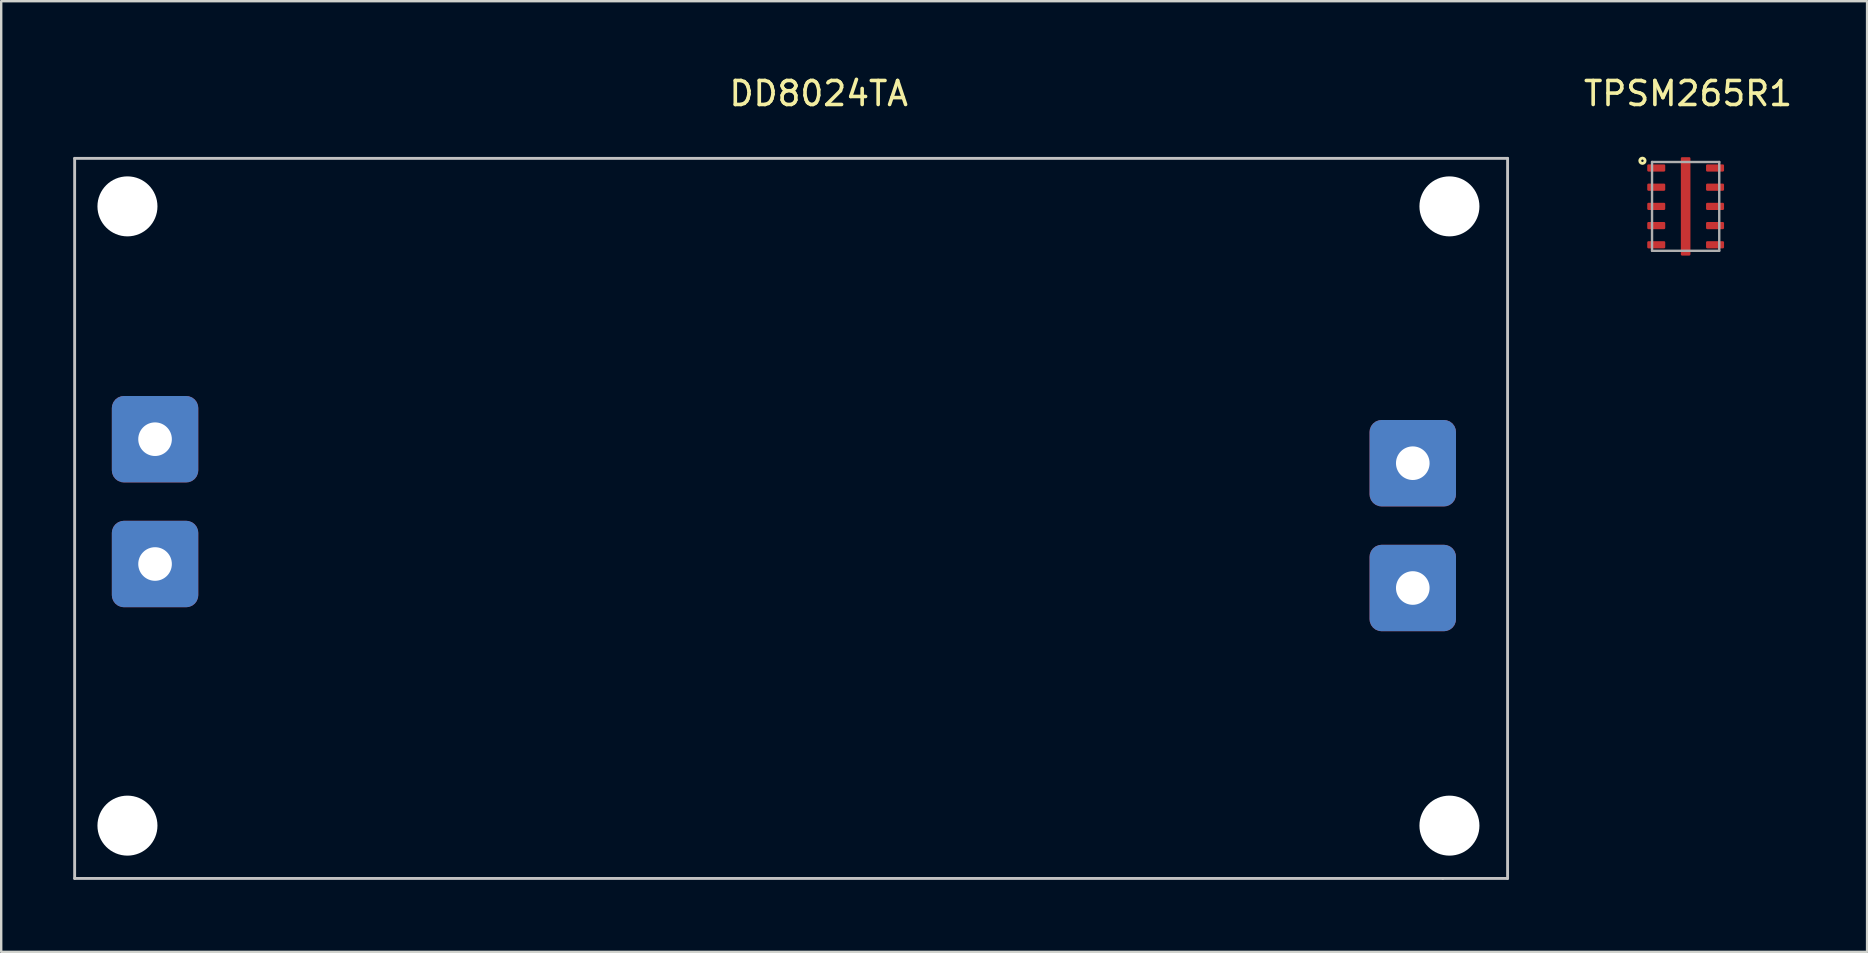
<source format=kicad_pcb>
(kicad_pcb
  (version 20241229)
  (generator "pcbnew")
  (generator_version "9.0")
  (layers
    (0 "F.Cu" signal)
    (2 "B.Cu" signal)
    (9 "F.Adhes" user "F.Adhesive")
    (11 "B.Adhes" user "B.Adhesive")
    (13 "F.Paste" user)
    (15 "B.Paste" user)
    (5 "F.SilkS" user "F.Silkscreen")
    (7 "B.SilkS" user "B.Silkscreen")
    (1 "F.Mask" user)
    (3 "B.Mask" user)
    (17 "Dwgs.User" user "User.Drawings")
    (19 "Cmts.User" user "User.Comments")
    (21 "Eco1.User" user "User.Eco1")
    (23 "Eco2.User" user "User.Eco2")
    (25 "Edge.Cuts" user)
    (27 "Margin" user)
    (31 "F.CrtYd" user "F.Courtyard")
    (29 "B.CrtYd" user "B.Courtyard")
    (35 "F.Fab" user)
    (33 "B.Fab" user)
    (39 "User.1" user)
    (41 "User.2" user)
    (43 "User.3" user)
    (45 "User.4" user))
  (footprint "DD8024TA"
    (layer "F.Cu")
    (at 28.56 18.548)
    (property "Reference" "DD8024TA" (at 2.5 -17.7 0) (layer "F.SilkS") (effects (font (size 1 1) (thickness 0.15))))
    (attr through_hole)
    (fp_line (start -28.5 -15) (end 31.2 -15) (stroke (width 0.12) (type solid)) (layer "Dwgs.User"))
    (fp_line (start -28.5 15) (end -28.5 -15) (stroke (width 0.12) (type solid)) (layer "Dwgs.User"))
    (fp_line (start -28.5 15) (end 28.5 15) (stroke (width 0.12) (type solid)) (layer "Dwgs.User"))
    (fp_line (start 31.2 -15) (end 31.2 15) (stroke (width 0.12) (type solid)) (layer "Dwgs.User"))
    (fp_line (start 31.2 15) (end 28.5 15) (stroke (width 0.12) (type solid)) (layer "Dwgs.User"))
    (pad "" np_thru_hole circle (at -26.3 -13) (size 2.5 2.5) (drill 2.5) (layers "*.Cu" "*.Mask"))
    (pad "" np_thru_hole circle (at -26.3 12.8) (size 2.5 2.5) (drill 2.5) (layers "*.Cu" "*.Mask"))
    (pad "" np_thru_hole circle (at 28.777 -13) (size 2.5 2.5) (drill 2.5) (layers "*.Cu" "*.Mask"))
    (pad "" np_thru_hole circle (at 28.777 12.8) (size 2.5 2.5) (drill 2.5) (layers "*.Cu" "*.Mask"))
    (pad "1" thru_hole roundrect (at -25.15 1.9) (size 3.6 3.6) (drill 1.4) (layers "*.Cu" "*.Mask") (roundrect_rratio 0.139))
    (pad "2" thru_hole roundrect (at -25.15 -3.3) (size 3.6 3.6) (drill 1.4) (layers "*.Cu" "*.Mask") (roundrect_rratio 0.139))
    (pad "3" thru_hole roundrect (at 27.25 2.9) (size 3.6 3.6) (drill 1.4) (layers "*.Cu" "*.Mask") (roundrect_rratio 0.139))
    (pad "4" thru_hole roundrect (at 27.25 -2.3) (size 3.6 3.6) (drill 1.4) (layers "*.Cu" "*.Mask") (roundrect_rratio 0.139)))
  (footprint "TPSM265R1"
    (layer "F.Cu")
    (at 67.178 5.548)
    (property "Reference" "TPSM265R1" (at 0.1 -4.7 0) (unlocked yes) (layer "F.SilkS") (effects (font (size 1 1) (thickness 0.15))))
    (fp_circle (center -1.8 -1.9) (end -1.75 -1.9) (stroke (width 0.12) (type solid)) (fill no) (layer "F.SilkS"))
    (fp_line (start -1.4 -1.85) (end -1.4 1.85) (stroke (width 0.1) (type solid)) (layer "F.Fab"))
    (fp_line (start -1.4 -1.85) (end 1.4 -1.85) (stroke (width 0.1) (type solid)) (layer "F.Fab"))
    (fp_line (start -1.4 1.85) (end 1.4 1.85) (stroke (width 0.1) (type solid)) (layer "F.Fab"))
    (fp_line (start 1.4 1.85) (end 1.4 -1.85) (stroke (width 0.1) (type solid)) (layer "F.Fab"))
    (pad "1" smd roundrect (at -1.225 -1.6) (size 0.75 0.3) (layers "F.Cu" "F.Mask" "F.Paste") (roundrect_rratio 0.167))
    (pad "2" smd roundrect (at -1.225 -0.8) (size 0.75 0.3) (layers "F.Cu" "F.Mask" "F.Paste") (roundrect_rratio 0.167))
    (pad "3" smd roundrect (at -1.225 0) (size 0.75 0.3) (layers "F.Cu" "F.Mask" "F.Paste") (roundrect_rratio 0.167))
    (pad "4" smd roundrect (at -1.225 0.8) (size 0.75 0.3) (layers "F.Cu" "F.Mask" "F.Paste") (roundrect_rratio 0.167))
    (pad "5" smd roundrect (at -1.225 1.6) (size 0.75 0.3) (layers "F.Cu" "F.Mask" "F.Paste") (roundrect_rratio 0.167))
    (pad "6" smd roundrect (at 1.225 1.6) (size 0.75 0.3) (layers "F.Cu" "F.Mask" "F.Paste") (roundrect_rratio 0.167))
    (pad "7" smd roundrect (at 1.225 0.8) (size 0.75 0.3) (layers "F.Cu" "F.Mask" "F.Paste") (roundrect_rratio 0.167))
    (pad "8" smd roundrect (at 1.225 0) (size 0.75 0.3) (layers "F.Cu" "F.Mask" "F.Paste") (roundrect_rratio 0.167))
    (pad "9" smd roundrect (at 1.225 -0.8) (size 0.75 0.3) (layers "F.Cu" "F.Mask" "F.Paste") (roundrect_rratio 0.167))
    (pad "10" smd roundrect (at 1.225 -1.6) (size 0.75 0.3) (layers "F.Cu" "F.Mask" "F.Paste") (roundrect_rratio 0.167))
    (pad "11" smd roundrect (at 0 0 90) (size 4.1 0.4) (layers "F.Cu" "F.Mask" "F.Paste") (roundrect_rratio 0.125))
    (zone (net_name "") (layer "F.Cu") (hatch edge 0.508) (connect_pads) (min_thickness 0.254) (filled_areas_thickness no) (keepout (tracks not_allowed) (vias not_allowed) (pads not_allowed) (copperpour not_allowed) (footprints allowed)) (placement (enabled no)) (fill) (polygon (pts (xy 66.928 7.648) (xy 66.378 7.648) (xy 66.378 6.148) (xy 65.528 6.148) (xy 65.528 5.748) (xy 66.928 5.748))))
    (zone (net_name "") (layer "F.Cu") (hatch edge 0.508) (connect_pads) (min_thickness 0.254) (filled_areas_thickness no) (keepout (tracks not_allowed) (vias not_allowed) (pads not_allowed) (copperpour not_allowed) (footprints allowed)) (placement (enabled no)) (fill) (polygon (pts (xy 66.928 5.348) (xy 65.528 5.348) (xy 65.528 4.948) (xy 66.378 4.948) (xy 66.378 4.548) (xy 65.528 4.548) (xy 65.528 4.148) (xy 66.378 4.148) (xy 66.378 3.448) (xy 66.928 3.448))))
    (zone (net_name "") (layer "F.Cu") (hatch edge 0.508) (connect_pads) (min_thickness 0.254) (filled_areas_thickness no) (keepout (tracks not_allowed) (vias not_allowed) (pads not_allowed) (copperpour not_allowed) (footprints allowed)) (placement (enabled no)) (fill) (polygon (pts (xy 67.978 4.148) (xy 68.828 4.148) (xy 68.828 4.548) (xy 67.978 4.548) (xy 67.978 4.948) (xy 68.828 4.948) (xy 68.828 5.348) (xy 67.978 5.348) (xy 67.978 5.748) (xy 68.828 5.748) (xy 68.828 6.148) (xy 67.428 6.148) (xy 67.428 3.448) (xy 67.978 3.448)))))
  (gr_rect
    (start -3 -3)
    (end 74.737 36.608)
    (stroke (width 0.1) (type default))
    (fill no)
    (layer "Edge.Cuts")))
</source>
